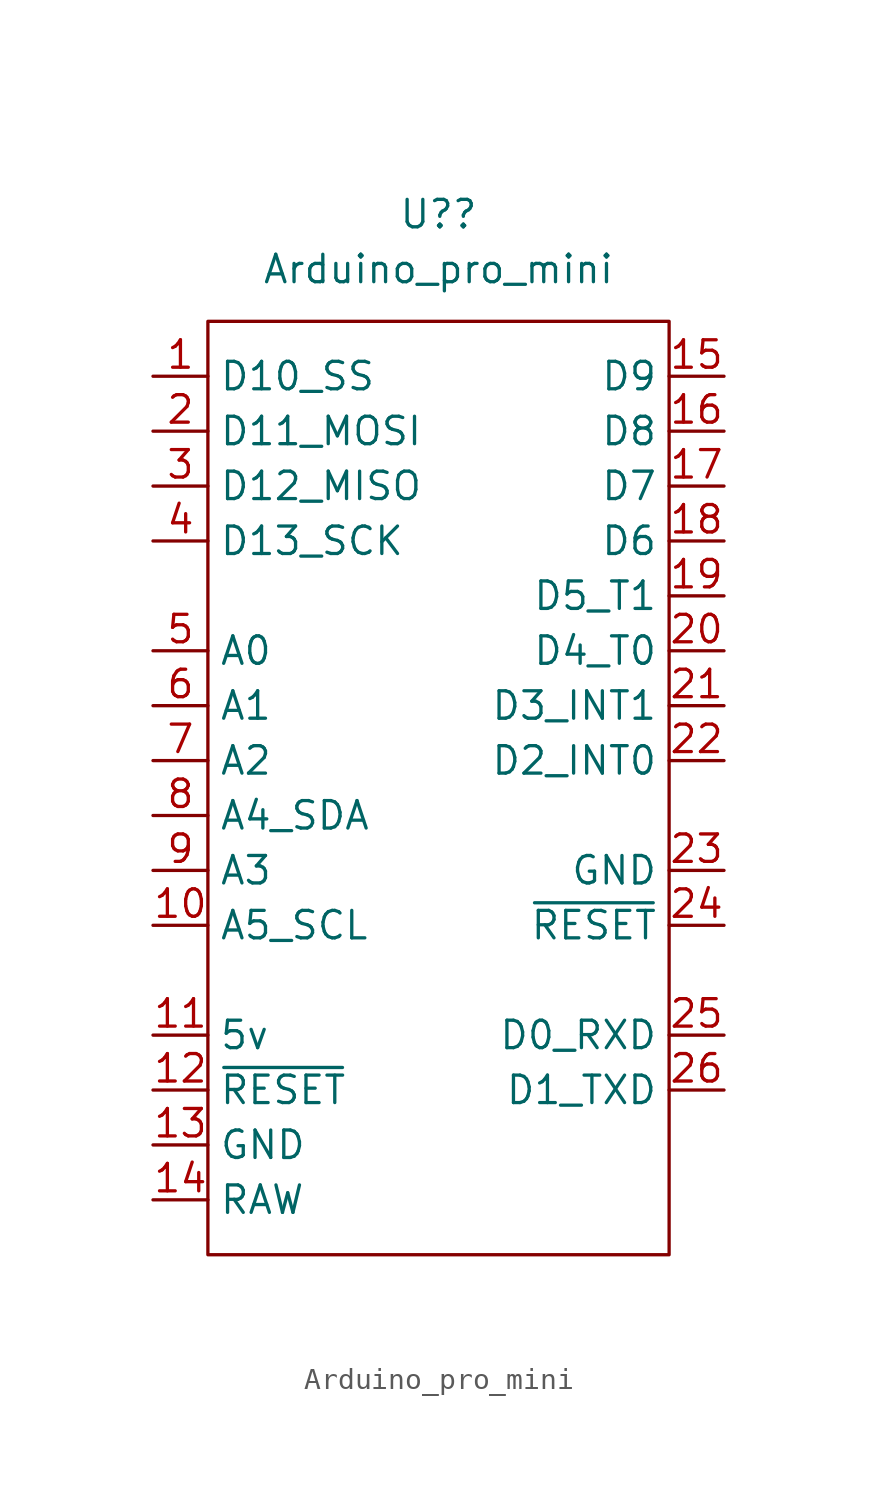
<source format=kicad_sym>
(kicad_symbol_lib
  (version 20211014)
  (generator kicad_symbol_editor)
  (symbol "Arduino_pro_mini"
    (property "Reference" "U?"
      (at -0.254 26.543 0)
      (effects (font (size 1.27 1.27))))
    (property "Value" "Arduino_pro_mini"
      (at -0.254 24.003 0)
      (effects (font (size 1.27 1.27))))
    (symbol "Arduino_pro_mini_0_1"
      (rectangle (start -10.922 21.59) (end 10.414 -21.59) (stroke (width 0) (type default) (color 0 0 0 0)) (fill (type none))))
    (symbol "Arduino_pro_mini_1_1"
      (pin bidirectional line (at -13.462 19.05 0) (length 2.54) (name "D10_SS" (effects (font (size 1.27 1.27)))) (number "1" (effects (font (size 1.27 1.27)))))
      (pin bidirectional line (at -13.462 -6.35 0) (length 2.54) (name "A5_SCL" (effects (font (size 1.27 1.27)))) (number "10" (effects (font (size 1.27 1.27)))))
      (pin power_in line (at -13.462 -11.43 0) (length 2.54) (name "5v" (effects (font (size 1.27 1.27)))) (number "11" (effects (font (size 1.27 1.27)))))
      (pin input line (at -13.462 -13.97 0) (length 2.54) (name "~{RESET}" (effects (font (size 1.27 1.27)))) (number "12" (effects (font (size 1.27 1.27)))))
      (pin power_in line (at -13.462 -16.51 0) (length 2.54) (name "GND" (effects (font (size 1.27 1.27)))) (number "13" (effects (font (size 1.27 1.27)))))
      (pin power_in line (at -13.462 -19.05 0) (length 2.54) (name "RAW" (effects (font (size 1.27 1.27)))) (number "14" (effects (font (size 1.27 1.27)))))
      (pin bidirectional line (at 12.954 19.05 180) (length 2.54) (name "D9" (effects (font (size 1.27 1.27)))) (number "15" (effects (font (size 1.27 1.27)))))
      (pin bidirectional line (at 12.954 16.51 180) (length 2.54) (name "D8" (effects (font (size 1.27 1.27)))) (number "16" (effects (font (size 1.27 1.27)))))
      (pin bidirectional line (at 12.954 13.97 180) (length 2.54) (name "D7" (effects (font (size 1.27 1.27)))) (number "17" (effects (font (size 1.27 1.27)))))
      (pin bidirectional line (at 12.954 11.43 180) (length 2.54) (name "D6" (effects (font (size 1.27 1.27)))) (number "18" (effects (font (size 1.27 1.27)))))
      (pin bidirectional line (at 12.954 8.89 180) (length 2.54) (name "D5_T1" (effects (font (size 1.27 1.27)))) (number "19" (effects (font (size 1.27 1.27)))))
      (pin bidirectional line (at -13.462 16.51 0) (length 2.54) (name "D11_MOSI" (effects (font (size 1.27 1.27)))) (number "2" (effects (font (size 1.27 1.27)))))
      (pin bidirectional line (at 12.954 6.35 180) (length 2.54) (name "D4_T0" (effects (font (size 1.27 1.27)))) (number "20" (effects (font (size 1.27 1.27)))))
      (pin bidirectional line (at 12.954 3.81 180) (length 2.54) (name "D3_INT1" (effects (font (size 1.27 1.27)))) (number "21" (effects (font (size 1.27 1.27)))))
      (pin bidirectional line (at 12.954 1.27 180) (length 2.54) (name "D2_INT0" (effects (font (size 1.27 1.27)))) (number "22" (effects (font (size 1.27 1.27)))))
      (pin power_in line (at 12.954 -3.81 180) (length 2.54) (name "GND" (effects (font (size 1.27 1.27)))) (number "23" (effects (font (size 1.27 1.27)))))
      (pin input line (at 12.954 -6.35 180) (length 2.54) (name "~{RESET}" (effects (font (size 1.27 1.27)))) (number "24" (effects (font (size 1.27 1.27)))))
      (pin bidirectional line (at 12.954 -11.43 180) (length 2.54) (name "D0_RXD" (effects (font (size 1.27 1.27)))) (number "25" (effects (font (size 1.27 1.27)))))
      (pin bidirectional line (at 12.954 -13.97 180) (length 2.54) (name "D1_TXD" (effects (font (size 1.27 1.27)))) (number "26" (effects (font (size 1.27 1.27)))))
      (pin bidirectional line (at -13.462 13.97 0) (length 2.54) (name "D12_MISO" (effects (font (size 1.27 1.27)))) (number "3" (effects (font (size 1.27 1.27)))))
      (pin bidirectional line (at -13.462 11.43 0) (length 2.54) (name "D13_SCK" (effects (font (size 1.27 1.27)))) (number "4" (effects (font (size 1.27 1.27)))))
      (pin bidirectional line (at -13.462 6.35 0) (length 2.54) (name "A0" (effects (font (size 1.27 1.27)))) (number "5" (effects (font (size 1.27 1.27)))))
      (pin bidirectional line (at -13.462 3.81 0) (length 2.54) (name "A1" (effects (font (size 1.27 1.27)))) (number "6" (effects (font (size 1.27 1.27)))))
      (pin bidirectional line (at -13.462 1.27 0) (length 2.54) (name "A2" (effects (font (size 1.27 1.27)))) (number "7" (effects (font (size 1.27 1.27)))))
      (pin bidirectional line (at -13.462 -1.27 0) (length 2.54) (name "A4_SDA" (effects (font (size 1.27 1.27)))) (number "8" (effects (font (size 1.27 1.27)))))
      (pin bidirectional line (at -13.462 -3.81 0) (length 2.54) (name "A3" (effects (font (size 1.27 1.27)))) (number "9" (effects (font (size 1.27 1.27))))))))
</source>
